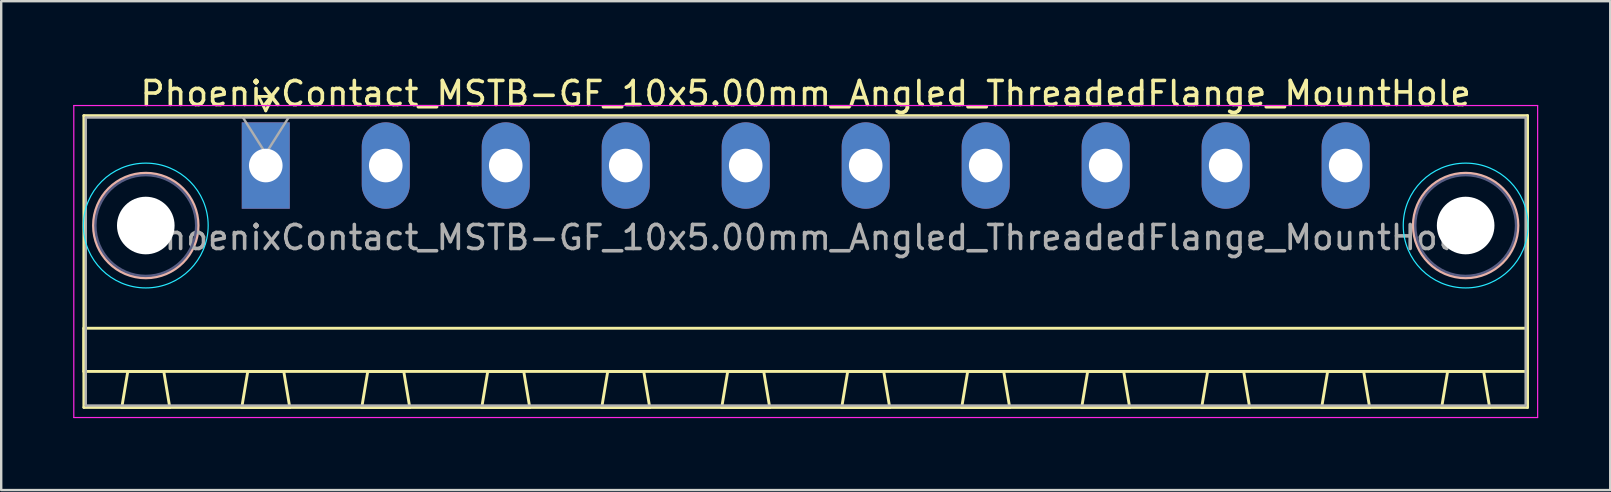
<source format=kicad_pcb>
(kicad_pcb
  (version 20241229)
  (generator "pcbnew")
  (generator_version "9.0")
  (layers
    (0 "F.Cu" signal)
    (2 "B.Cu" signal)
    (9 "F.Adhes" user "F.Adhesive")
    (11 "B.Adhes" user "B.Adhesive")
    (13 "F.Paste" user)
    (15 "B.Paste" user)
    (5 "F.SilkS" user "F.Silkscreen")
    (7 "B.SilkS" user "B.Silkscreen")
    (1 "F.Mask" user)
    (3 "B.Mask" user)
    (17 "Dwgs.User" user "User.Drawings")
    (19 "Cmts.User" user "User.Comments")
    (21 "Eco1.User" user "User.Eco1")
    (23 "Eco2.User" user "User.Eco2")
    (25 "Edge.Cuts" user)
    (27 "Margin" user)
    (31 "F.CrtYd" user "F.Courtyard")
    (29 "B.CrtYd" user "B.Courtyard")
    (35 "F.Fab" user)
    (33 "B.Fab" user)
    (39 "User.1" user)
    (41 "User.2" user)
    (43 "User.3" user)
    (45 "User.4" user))
  (footprint "PhoenixContact_MSTB-GF_10x5.00mm_Angled_ThreadedFlange_MountHole"
    (layer "F.Cu")
    (at 8.025 3.848)
    (property "Reference" "PhoenixContact_MSTB-GF_10x5.00mm_Angled_ThreadedFlange_MountHole" (at 22.5 -3 0) (layer "F.SilkS") (effects (font (size 1 1) (thickness 0.15))))
    (attr through_hole)
    (fp_line (start -7.58 -2.08) (end -7.58 10.08) (stroke (width 0.12) (type solid)) (layer "F.SilkS"))
    (fp_line (start -7.58 6.78) (end 52.58 6.78) (stroke (width 0.12) (type solid)) (layer "F.SilkS"))
    (fp_line (start -7.58 8.58) (end -7.58 6.78) (stroke (width 0.12) (type solid)) (layer "F.SilkS"))
    (fp_line (start -7.58 10.08) (end 52.58 10.08) (stroke (width 0.12) (type solid)) (layer "F.SilkS"))
    (fp_line (start -6 10.08) (end -4 10.08) (stroke (width 0.12) (type solid)) (layer "F.SilkS"))
    (fp_line (start -5.75 8.58) (end -6 10.08) (stroke (width 0.12) (type solid)) (layer "F.SilkS"))
    (fp_line (start -4.25 8.58) (end -5.75 8.58) (stroke (width 0.12) (type solid)) (layer "F.SilkS"))
    (fp_line (start -4 10.08) (end -4.25 8.58) (stroke (width 0.12) (type solid)) (layer "F.SilkS"))
    (fp_line (start -1 10.08) (end 1 10.08) (stroke (width 0.12) (type solid)) (layer "F.SilkS"))
    (fp_line (start -0.75 8.58) (end -1 10.08) (stroke (width 0.12) (type solid)) (layer "F.SilkS"))
    (fp_line (start -0.3 -2.88) (end 0.3 -2.88) (stroke (width 0.12) (type solid)) (layer "F.SilkS"))
    (fp_line (start 0 -2.28) (end -0.3 -2.88) (stroke (width 0.12) (type solid)) (layer "F.SilkS"))
    (fp_line (start 0.3 -2.88) (end 0 -2.28) (stroke (width 0.12) (type solid)) (layer "F.SilkS"))
    (fp_line (start 0.75 8.58) (end -0.75 8.58) (stroke (width 0.12) (type solid)) (layer "F.SilkS"))
    (fp_line (start 1 10.08) (end 0.75 8.58) (stroke (width 0.12) (type solid)) (layer "F.SilkS"))
    (fp_line (start 4 10.08) (end 6 10.08) (stroke (width 0.12) (type solid)) (layer "F.SilkS"))
    (fp_line (start 4.25 8.58) (end 4 10.08) (stroke (width 0.12) (type solid)) (layer "F.SilkS"))
    (fp_line (start 5.75 8.58) (end 4.25 8.58) (stroke (width 0.12) (type solid)) (layer "F.SilkS"))
    (fp_line (start 6 10.08) (end 5.75 8.58) (stroke (width 0.12) (type solid)) (layer "F.SilkS"))
    (fp_line (start 9 10.08) (end 11 10.08) (stroke (width 0.12) (type solid)) (layer "F.SilkS"))
    (fp_line (start 9.25 8.58) (end 9 10.08) (stroke (width 0.12) (type solid)) (layer "F.SilkS"))
    (fp_line (start 10.75 8.58) (end 9.25 8.58) (stroke (width 0.12) (type solid)) (layer "F.SilkS"))
    (fp_line (start 11 10.08) (end 10.75 8.58) (stroke (width 0.12) (type solid)) (layer "F.SilkS"))
    (fp_line (start 14 10.08) (end 16 10.08) (stroke (width 0.12) (type solid)) (layer "F.SilkS"))
    (fp_line (start 14.25 8.58) (end 14 10.08) (stroke (width 0.12) (type solid)) (layer "F.SilkS"))
    (fp_line (start 15.75 8.58) (end 14.25 8.58) (stroke (width 0.12) (type solid)) (layer "F.SilkS"))
    (fp_line (start 16 10.08) (end 15.75 8.58) (stroke (width 0.12) (type solid)) (layer "F.SilkS"))
    (fp_line (start 19 10.08) (end 21 10.08) (stroke (width 0.12) (type solid)) (layer "F.SilkS"))
    (fp_line (start 19.25 8.58) (end 19 10.08) (stroke (width 0.12) (type solid)) (layer "F.SilkS"))
    (fp_line (start 20.75 8.58) (end 19.25 8.58) (stroke (width 0.12) (type solid)) (layer "F.SilkS"))
    (fp_line (start 21 10.08) (end 20.75 8.58) (stroke (width 0.12) (type solid)) (layer "F.SilkS"))
    (fp_line (start 24 10.08) (end 26 10.08) (stroke (width 0.12) (type solid)) (layer "F.SilkS"))
    (fp_line (start 24.25 8.58) (end 24 10.08) (stroke (width 0.12) (type solid)) (layer "F.SilkS"))
    (fp_line (start 25.75 8.58) (end 24.25 8.58) (stroke (width 0.12) (type solid)) (layer "F.SilkS"))
    (fp_line (start 26 10.08) (end 25.75 8.58) (stroke (width 0.12) (type solid)) (layer "F.SilkS"))
    (fp_line (start 29 10.08) (end 31 10.08) (stroke (width 0.12) (type solid)) (layer "F.SilkS"))
    (fp_line (start 29.25 8.58) (end 29 10.08) (stroke (width 0.12) (type solid)) (layer "F.SilkS"))
    (fp_line (start 30.75 8.58) (end 29.25 8.58) (stroke (width 0.12) (type solid)) (layer "F.SilkS"))
    (fp_line (start 31 10.08) (end 30.75 8.58) (stroke (width 0.12) (type solid)) (layer "F.SilkS"))
    (fp_line (start 34 10.08) (end 36 10.08) (stroke (width 0.12) (type solid)) (layer "F.SilkS"))
    (fp_line (start 34.25 8.58) (end 34 10.08) (stroke (width 0.12) (type solid)) (layer "F.SilkS"))
    (fp_line (start 35.75 8.58) (end 34.25 8.58) (stroke (width 0.12) (type solid)) (layer "F.SilkS"))
    (fp_line (start 36 10.08) (end 35.75 8.58) (stroke (width 0.12) (type solid)) (layer "F.SilkS"))
    (fp_line (start 39 10.08) (end 41 10.08) (stroke (width 0.12) (type solid)) (layer "F.SilkS"))
    (fp_line (start 39.25 8.58) (end 39 10.08) (stroke (width 0.12) (type solid)) (layer "F.SilkS"))
    (fp_line (start 40.75 8.58) (end 39.25 8.58) (stroke (width 0.12) (type solid)) (layer "F.SilkS"))
    (fp_line (start 41 10.08) (end 40.75 8.58) (stroke (width 0.12) (type solid)) (layer "F.SilkS"))
    (fp_line (start 44 10.08) (end 46 10.08) (stroke (width 0.12) (type solid)) (layer "F.SilkS"))
    (fp_line (start 44.25 8.58) (end 44 10.08) (stroke (width 0.12) (type solid)) (layer "F.SilkS"))
    (fp_line (start 45.75 8.58) (end 44.25 8.58) (stroke (width 0.12) (type solid)) (layer "F.SilkS"))
    (fp_line (start 46 10.08) (end 45.75 8.58) (stroke (width 0.12) (type solid)) (layer "F.SilkS"))
    (fp_line (start 49 10.08) (end 51 10.08) (stroke (width 0.12) (type solid)) (layer "F.SilkS"))
    (fp_line (start 49.25 8.58) (end 49 10.08) (stroke (width 0.12) (type solid)) (layer "F.SilkS"))
    (fp_line (start 50.75 8.58) (end 49.25 8.58) (stroke (width 0.12) (type solid)) (layer "F.SilkS"))
    (fp_line (start 51 10.08) (end 50.75 8.58) (stroke (width 0.12) (type solid)) (layer "F.SilkS"))
    (fp_line (start 52.58 -2.08) (end -7.58 -2.08) (stroke (width 0.12) (type solid)) (layer "F.SilkS"))
    (fp_line (start 52.58 6.78) (end 52.58 8.58) (stroke (width 0.12) (type solid)) (layer "F.SilkS"))
    (fp_line (start 52.58 8.58) (end -7.58 8.58) (stroke (width 0.12) (type solid)) (layer "F.SilkS"))
    (fp_line (start 52.58 10.08) (end 52.58 -2.08) (stroke (width 0.12) (type solid)) (layer "F.SilkS"))
    (fp_circle (center -5 2.5) (end -2.82 2.5) (stroke (width 0.12) (type solid)) (fill no) (layer "B.SilkS"))
    (fp_circle (center 50 2.5) (end 52.18 2.5) (stroke (width 0.12) (type solid)) (fill no) (layer "B.SilkS"))
    (fp_circle (center -5 2.5) (end -2.4 2.5) (stroke (width 0.05) (type solid)) (fill no) (layer "B.CrtYd"))
    (fp_circle (center 50 2.5) (end 52.6 2.5) (stroke (width 0.05) (type solid)) (fill no) (layer "B.CrtYd"))
    (fp_line (start -8 -2.5) (end -8 10.5) (stroke (width 0.05) (type solid)) (layer "F.CrtYd"))
    (fp_line (start -8 10.5) (end 53 10.5) (stroke (width 0.05) (type solid)) (layer "F.CrtYd"))
    (fp_line (start 53 -2.5) (end -8 -2.5) (stroke (width 0.05) (type solid)) (layer "F.CrtYd"))
    (fp_line (start 53 10.5) (end 53 -2.5) (stroke (width 0.05) (type solid)) (layer "F.CrtYd"))
    (fp_circle (center -5 2.5) (end -2.9 2.5) (stroke (width 0.1) (type solid)) (fill no) (layer "B.Fab"))
    (fp_circle (center 50 2.5) (end 52.1 2.5) (stroke (width 0.1) (type solid)) (fill no) (layer "B.Fab"))
    (fp_line (start -7.5 -2) (end -7.5 10) (stroke (width 0.1) (type solid)) (layer "F.Fab"))
    (fp_line (start -7.5 10) (end 52.5 10) (stroke (width 0.1) (type solid)) (layer "F.Fab"))
    (fp_line (start 0 -0.5) (end -0.95 -2) (stroke (width 0.1) (type solid)) (layer "F.Fab"))
    (fp_line (start 0.95 -2) (end 0 -0.5) (stroke (width 0.1) (type solid)) (layer "F.Fab"))
    (fp_line (start 52.5 -2) (end -7.5 -2) (stroke (width 0.1) (type solid)) (layer "F.Fab"))
    (fp_line (start 52.5 10) (end 52.5 -2) (stroke (width 0.1) (type solid)) (layer "F.Fab"))
    (fp_text user "${REFERENCE}" (at 22.5 3 0) (layer "F.Fab") (effects (font (size 1 1) (thickness 0.15))))
    (pad "" np_thru_hole circle (at -5 2.5) (size 2.4 2.4) (drill 2.4) (layers "*.Cu" "*.Mask"))
    (pad "" np_thru_hole circle (at 50 2.5) (size 2.4 2.4) (drill 2.4) (layers "*.Cu" "*.Mask"))
    (pad "1" thru_hole rect (at 0 0) (size 2 3.6) (drill 1.4) (layers "*.Cu" "*.Mask"))
    (pad "2" thru_hole oval (at 5 0) (size 2 3.6) (drill 1.4) (layers "*.Cu" "*.Mask"))
    (pad "3" thru_hole oval (at 10 0) (size 2 3.6) (drill 1.4) (layers "*.Cu" "*.Mask"))
    (pad "4" thru_hole oval (at 15 0) (size 2 3.6) (drill 1.4) (layers "*.Cu" "*.Mask"))
    (pad "5" thru_hole oval (at 20 0) (size 2 3.6) (drill 1.4) (layers "*.Cu" "*.Mask"))
    (pad "6" thru_hole oval (at 25 0) (size 2 3.6) (drill 1.4) (layers "*.Cu" "*.Mask"))
    (pad "7" thru_hole oval (at 30 0) (size 2 3.6) (drill 1.4) (layers "*.Cu" "*.Mask"))
    (pad "8" thru_hole oval (at 35 0) (size 2 3.6) (drill 1.4) (layers "*.Cu" "*.Mask"))
    (pad "9" thru_hole oval (at 40 0) (size 2 3.6) (drill 1.4) (layers "*.Cu" "*.Mask"))
    (pad "10" thru_hole oval (at 45 0) (size 2 3.6) (drill 1.4) (layers "*.Cu" "*.Mask")))
  (gr_rect
    (start -3 -3)
    (end 64.05 17.373)
    (stroke (width 0.1) (type default))
    (fill no)
    (layer "Edge.Cuts")))
</source>
